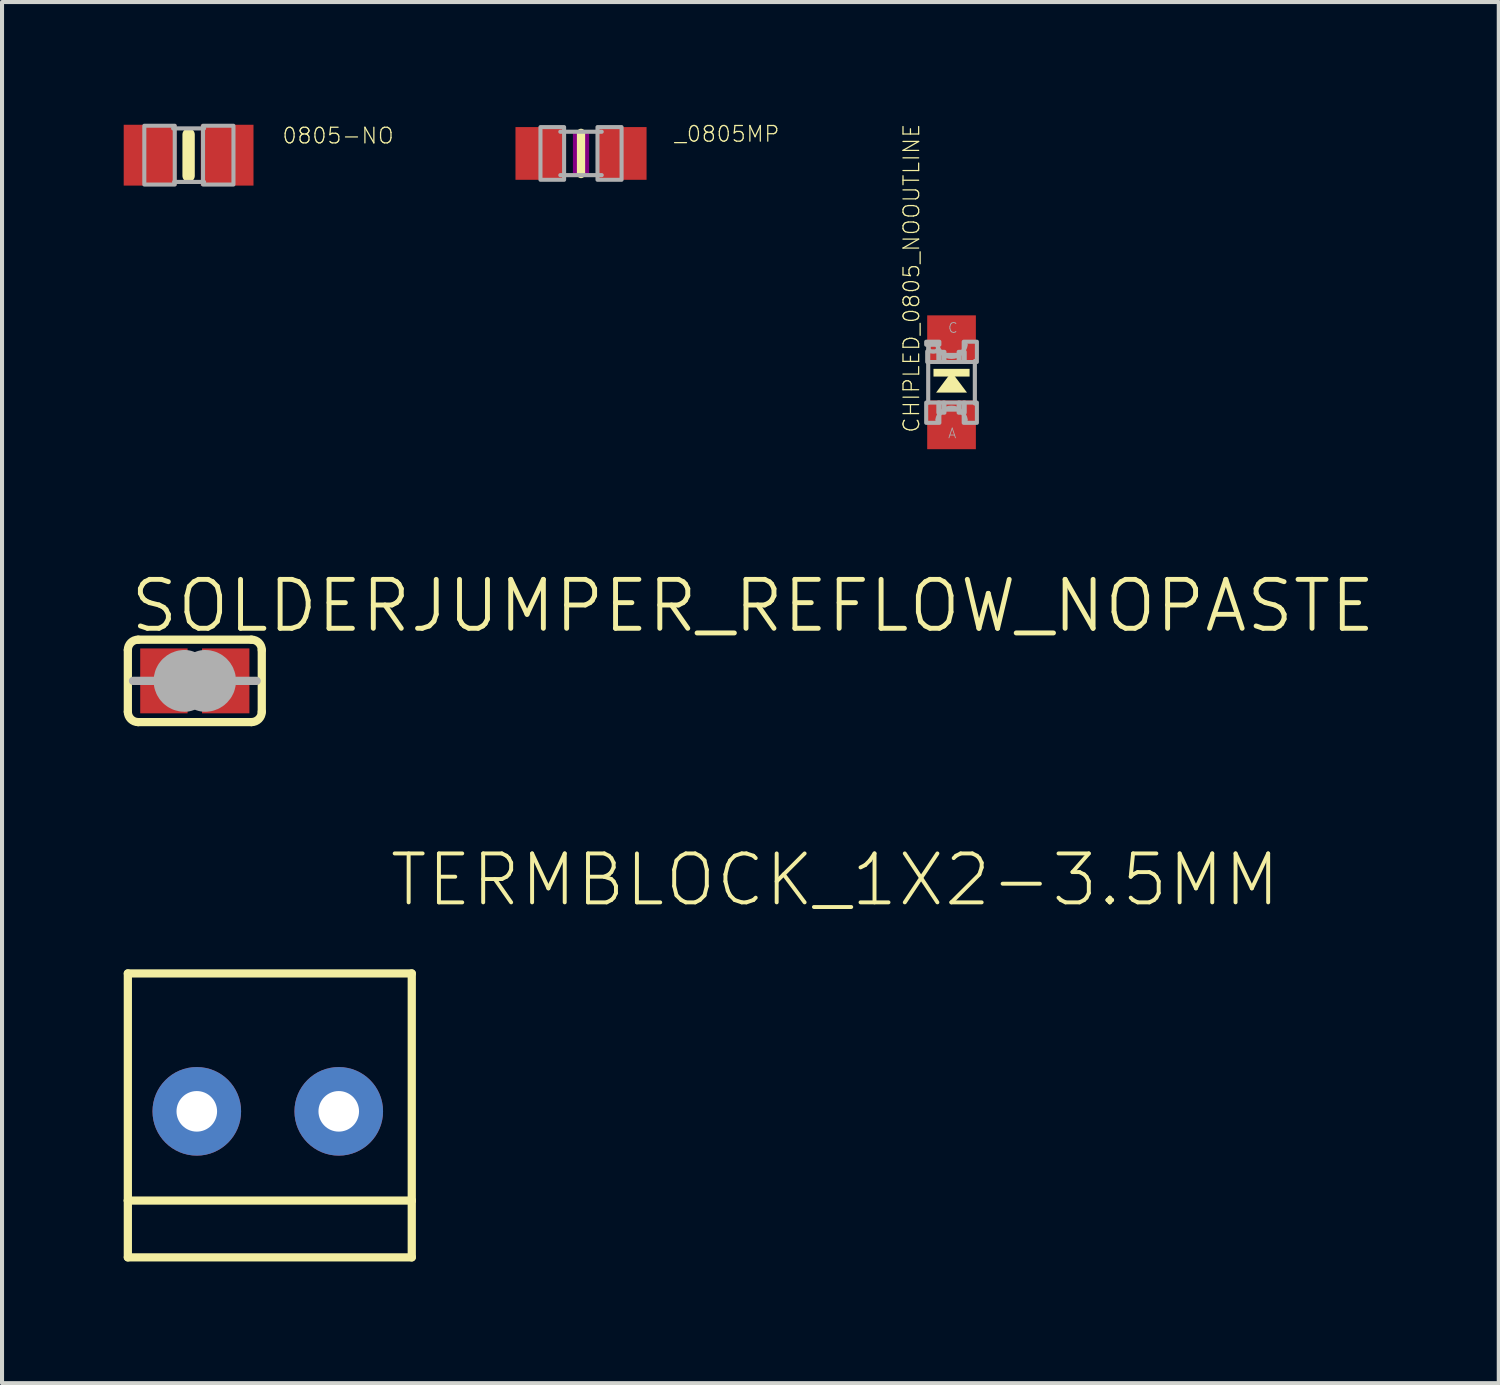
<source format=kicad_pcb>
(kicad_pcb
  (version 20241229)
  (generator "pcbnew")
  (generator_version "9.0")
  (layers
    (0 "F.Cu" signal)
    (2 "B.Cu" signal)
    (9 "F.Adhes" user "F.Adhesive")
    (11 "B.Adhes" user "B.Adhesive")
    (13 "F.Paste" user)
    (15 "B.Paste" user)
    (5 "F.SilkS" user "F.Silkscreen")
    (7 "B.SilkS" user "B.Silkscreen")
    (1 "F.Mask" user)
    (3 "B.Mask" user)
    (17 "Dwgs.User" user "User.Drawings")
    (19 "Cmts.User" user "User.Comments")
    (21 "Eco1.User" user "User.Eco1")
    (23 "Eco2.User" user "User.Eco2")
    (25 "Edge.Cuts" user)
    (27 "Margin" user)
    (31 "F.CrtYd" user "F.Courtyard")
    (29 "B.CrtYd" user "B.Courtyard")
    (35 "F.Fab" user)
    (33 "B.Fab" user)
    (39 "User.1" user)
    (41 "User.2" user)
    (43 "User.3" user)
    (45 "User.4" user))
  (footprint "_0805MP"
    (layer "F.Cu")
    (at 11.275 0.733)
    (property "Reference" "_0805MP" (at 2.286 -0.254 180) (layer "F.SilkS") (effects (font (size 0.386 0.386) (thickness 0.031)) (justify left bottom)))
    (attr through_hole)
    (fp_line (start 0 -0.508) (end 0 0.508) (stroke (width 0.203) (type solid)) (layer "F.SilkS"))
    (fp_poly (pts (xy -0.2 0.5) (xy 0.2 0.5) (xy 0.2 -0.5) (xy -0.2 -0.5)) (stroke (width 0) (type solid)) (fill yes) (layer "F.Adhes"))
    (fp_line (start -0.51 -0.535) (end 0.51 -0.535) (stroke (width 0.102) (type solid)) (layer "F.Fab"))
    (fp_line (start -0.51 0.535) (end 0.51 0.535) (stroke (width 0.102) (type solid)) (layer "F.Fab"))
    (fp_poly (pts (xy -1 0.65) (xy -0.417 0.65) (xy -0.417 -0.65) (xy -1 -0.65)) (stroke (width 0.1) (type solid)) (fill no) (layer "F.Fab"))
    (fp_poly (pts (xy 0.406 0.65) (xy 1 0.65) (xy 1 -0.65) (xy 0.406 -0.65)) (stroke (width 0.1) (type solid)) (fill no) (layer "F.Fab"))
    (pad "1" smd rect (at -1.016 0) (size 1.2 1.3) (layers "F.Cu" "F.Mask" "F.Paste"))
    (pad "2" smd rect (at 1.016 0) (size 1.2 1.3) (layers "F.Cu" "F.Mask" "F.Paste")))
  (footprint "SOLDERJUMPER_REFLOW_NOPASTE"
    (layer "F.Cu")
    (at 1.753 13.737)
    (property "Reference" "SOLDERJUMPER_REFLOW_NOPASTE" (at -1.651 -1.143 180) (layer "F.SilkS") (effects (font (size 1.206 1.206) (thickness 0.121)) (justify left bottom)))
    (attr through_hole)
    (fp_poly (pts (xy -0.076 0.914) (xy 0.076 0.914) (xy 0.076 -0.914) (xy -0.076 -0.914)) (stroke (width 0) (type solid)) (fill yes) (layer "F.Mask"))
    (fp_line (start -1.651 0.762) (end -1.651 -0.762) (stroke (width 0.203) (type solid)) (layer "F.SilkS"))
    (fp_line (start -1.397 -1.016) (end 1.397 -1.016) (stroke (width 0.203) (type solid)) (layer "F.SilkS"))
    (fp_line (start 1.397 1.016) (end -1.397 1.016) (stroke (width 0.203) (type solid)) (layer "F.SilkS"))
    (fp_line (start 1.651 0.762) (end 1.651 -0.762) (stroke (width 0.203) (type solid)) (layer "F.SilkS"))
    (fp_arc (start -1.651 -0.762) (mid -1.576605 -0.941605) (end -1.397 -1.016) (stroke (width 0.2032) (type solid)) (layer "F.SilkS"))
    (fp_arc (start -1.397 1.016) (mid -1.576605 0.941605) (end -1.651 0.762) (stroke (width 0.2032) (type solid)) (layer "F.SilkS"))
    (fp_arc (start 1.397 -1.016) (mid 1.576605 -0.941605) (end 1.651 -0.762) (stroke (width 0.2032) (type solid)) (layer "F.SilkS"))
    (fp_arc (start 1.651 0.762) (mid 1.576605 0.941605) (end 1.397 1.016) (stroke (width 0.2032) (type solid)) (layer "F.SilkS"))
    (fp_line (start -1.016 0) (end -1.524 0) (stroke (width 0.203) (type solid)) (layer "F.Fab"))
    (fp_line (start 1.016 0) (end 1.524 0) (stroke (width 0.203) (type solid)) (layer "F.Fab"))
    (fp_arc (start -0.254 0.127) (mid -0.381 0) (end -0.254 -0.127) (stroke (width 1.27) (type solid)) (layer "F.Fab"))
    (fp_arc (start 0.254 -0.127) (mid 0.381 0) (end 0.254 0.127) (stroke (width 1.27) (type solid)) (layer "F.Fab"))
    (pad "1" smd rect (at -0.762 0) (size 1.168 1.6) (layers "F.Cu" "F.Mask"))
    (pad "2" smd rect (at 0.762 0) (size 1.168 1.6) (layers "F.Cu" "F.Mask")))
  (footprint "CHIPLED_0805_NOOUTLINE"
    (layer "F.Cu")
    (at 20.41 6.375)
    (property "Reference" "CHIPLED_0805_NOOUTLINE" (at -0.762 1.27 270) (layer "F.SilkS") (effects (font (size 0.386 0.386) (thickness 0.031)) (justify left bottom)))
    (attr through_hole)
    (fp_poly (pts (xy 0 -0.254) (xy -0.381 0.254) (xy 0.381 0.254)) (stroke (width 0) (type solid)) (fill yes) (layer "F.SilkS"))
    (fp_poly (pts (xy -0.445 -0.141) (xy 0.445 -0.141) (xy 0.445 -0.331) (xy -0.445 -0.331)) (stroke (width 0) (type solid)) (fill yes) (layer "F.SilkS"))
    (fp_line (start -0.575 0.5) (end -0.575 -0.925) (stroke (width 0.102) (type solid)) (layer "F.Fab"))
    (fp_line (start 0.575 -0.525) (end 0.575 0.525) (stroke (width 0.102) (type solid)) (layer "F.Fab"))
    (fp_arc (start -0.35 0.925) (mid -0.000001 0.625027) (end 0.35 0.924998) (stroke (width 0.1016) (type solid)) (layer "F.Fab"))
    (fp_arc (start 0.35 -0.924998) (mid -0.000001 -0.625027) (end -0.35 -0.925) (stroke (width 0.1016) (type solid)) (layer "F.Fab"))
    (fp_circle (center -0.45 -0.85) (end -0.347 -0.85) (stroke (width 0.076) (type solid)) (fill no) (layer "F.Fab"))
    (fp_poly (pts (xy -0.625 -0.925) (xy -0.3 -0.925) (xy -0.3 -1) (xy -0.625 -1)) (stroke (width 0.1) (type solid)) (fill no) (layer "F.Fab"))
    (fp_poly (pts (xy -0.625 1) (xy -0.3 1) (xy -0.3 0.5) (xy -0.625 0.5)) (stroke (width 0.1) (type solid)) (fill no) (layer "F.Fab"))
    (fp_poly (pts (xy -0.6 -0.5) (xy -0.3 -0.5) (xy -0.3 -0.762) (xy -0.6 -0.762)) (stroke (width 0.1) (type solid)) (fill no) (layer "F.Fab"))
    (fp_poly (pts (xy -0.325 -0.5) (xy -0.175 -0.5) (xy -0.175 -0.75) (xy -0.325 -0.75)) (stroke (width 0.1) (type solid)) (fill no) (layer "F.Fab"))
    (fp_poly (pts (xy -0.325 0.75) (xy -0.175 0.75) (xy -0.175 0.5) (xy -0.325 0.5)) (stroke (width 0.1) (type solid)) (fill no) (layer "F.Fab"))
    (fp_poly (pts (xy -0.2 -0.5) (xy 0.2 -0.5) (xy 0.2 -0.675) (xy -0.2 -0.675)) (stroke (width 0.1) (type solid)) (fill no) (layer "F.Fab"))
    (fp_poly (pts (xy -0.2 0.675) (xy 0.2 0.675) (xy 0.2 0.5) (xy -0.2 0.5)) (stroke (width 0.1) (type solid)) (fill no) (layer "F.Fab"))
    (fp_poly (pts (xy 0.175 -0.5) (xy 0.325 -0.5) (xy 0.325 -0.75) (xy 0.175 -0.75)) (stroke (width 0.1) (type solid)) (fill no) (layer "F.Fab"))
    (fp_poly (pts (xy 0.175 0.75) (xy 0.325 0.75) (xy 0.325 0.5) (xy 0.175 0.5)) (stroke (width 0.1) (type solid)) (fill no) (layer "F.Fab"))
    (fp_poly (pts (xy 0.3 -0.5) (xy 0.625 -0.5) (xy 0.625 -1) (xy 0.3 -1)) (stroke (width 0.1) (type solid)) (fill no) (layer "F.Fab"))
    (fp_poly (pts (xy 0.3 1) (xy 0.625 1) (xy 0.625 0.5) (xy 0.3 0.5)) (stroke (width 0.1) (type solid)) (fill no) (layer "F.Fab"))
    (fp_text user "A" (at -0.1 1.4 0) (layer "F.Fab") (effects (font (size 0.241 0.241) (thickness 0.02)) (justify left bottom)))
    (fp_text user "C" (at -0.1 -1.2 0) (layer "F.Fab") (effects (font (size 0.241 0.241) (thickness 0.02)) (justify left bottom)))
    (pad "A" smd rect (at 0 1.05) (size 1.2 1.2) (layers "F.Cu" "F.Mask" "F.Paste"))
    (pad "C" smd rect (at 0 -1.05) (size 1.2 1.2) (layers "F.Cu" "F.Mask" "F.Paste")))
  (footprint "TERMBLOCK_1X2-3.5MM"
    (layer "F.Cu")
    (at 3.502 24.35)
    (property "Reference" "TERMBLOCK_1X2-3.5MM" (at 3 -5 180) (layer "F.SilkS") (effects (font (size 1.206 1.206) (thickness 0.097)) (justify left bottom)))
    (attr through_hole)
    (fp_line (start -3.4 -3.4) (end -3.4 2.2) (stroke (width 0.203) (type solid)) (layer "F.SilkS"))
    (fp_line (start -3.4 2.2) (end -3.4 3.6) (stroke (width 0.203) (type solid)) (layer "F.SilkS"))
    (fp_line (start -3.4 2.2) (end 3.6 2.2) (stroke (width 0.203) (type solid)) (layer "F.SilkS"))
    (fp_line (start -3.4 3.6) (end 3.6 3.6) (stroke (width 0.203) (type solid)) (layer "F.SilkS"))
    (fp_line (start 3.6 -3.4) (end -3.4 -3.4) (stroke (width 0.203) (type solid)) (layer "F.SilkS"))
    (fp_line (start 3.6 2.2) (end 3.6 -3.4) (stroke (width 0.203) (type solid)) (layer "F.SilkS"))
    (fp_line (start 3.6 3.6) (end 3.6 2.2) (stroke (width 0.203) (type solid)) (layer "F.SilkS"))
    (pad "1" thru_hole circle (at 1.8 0) (size 2.184 2.184) (drill 1) (layers "*.Cu" "*.Mask"))
    (pad "2" thru_hole circle (at -1.7 0) (size 2.184 2.184) (drill 1) (layers "*.Cu" "*.Mask")))
  (footprint "0805-NO"
    (layer "F.Cu")
    (at 1.6 0.776)
    (property "Reference" "0805-NO" (at 2.286 -0.254 0) (layer "F.SilkS") (effects (font (size 0.386 0.386) (thickness 0.031)) (justify left bottom)))
    (attr through_hole)
    (fp_line (start 0 -0.508) (end 0 0.508) (stroke (width 0.305) (type solid)) (layer "F.SilkS"))
    (fp_line (start -0.381 -0.66) (end 0.381 -0.66) (stroke (width 0.102) (type solid)) (layer "F.Fab"))
    (fp_line (start -0.356 0.66) (end 0.381 0.66) (stroke (width 0.102) (type solid)) (layer "F.Fab"))
    (fp_poly (pts (xy -1.092 0.724) (xy -0.342 0.724) (xy -0.342 -0.726) (xy -1.092 -0.726)) (stroke (width 0.1) (type solid)) (fill no) (layer "F.Fab"))
    (fp_poly (pts (xy 0.356 0.724) (xy 1.106 0.724) (xy 1.106 -0.726) (xy 0.356 -0.726)) (stroke (width 0.1) (type solid)) (fill no) (layer "F.Fab"))
    (pad "1" smd rect (at -0.95 0) (size 1.3 1.5) (layers "F.Cu" "F.Mask" "F.Paste"))
    (pad "2" smd rect (at 0.95 0) (size 1.3 1.5) (layers "F.Cu" "F.Mask" "F.Paste")))
  (gr_rect
    (start -3 -3)
    (end 33.902 31.052)
    (stroke (width 0.1) (type default))
    (fill no)
    (layer "Edge.Cuts")))
</source>
